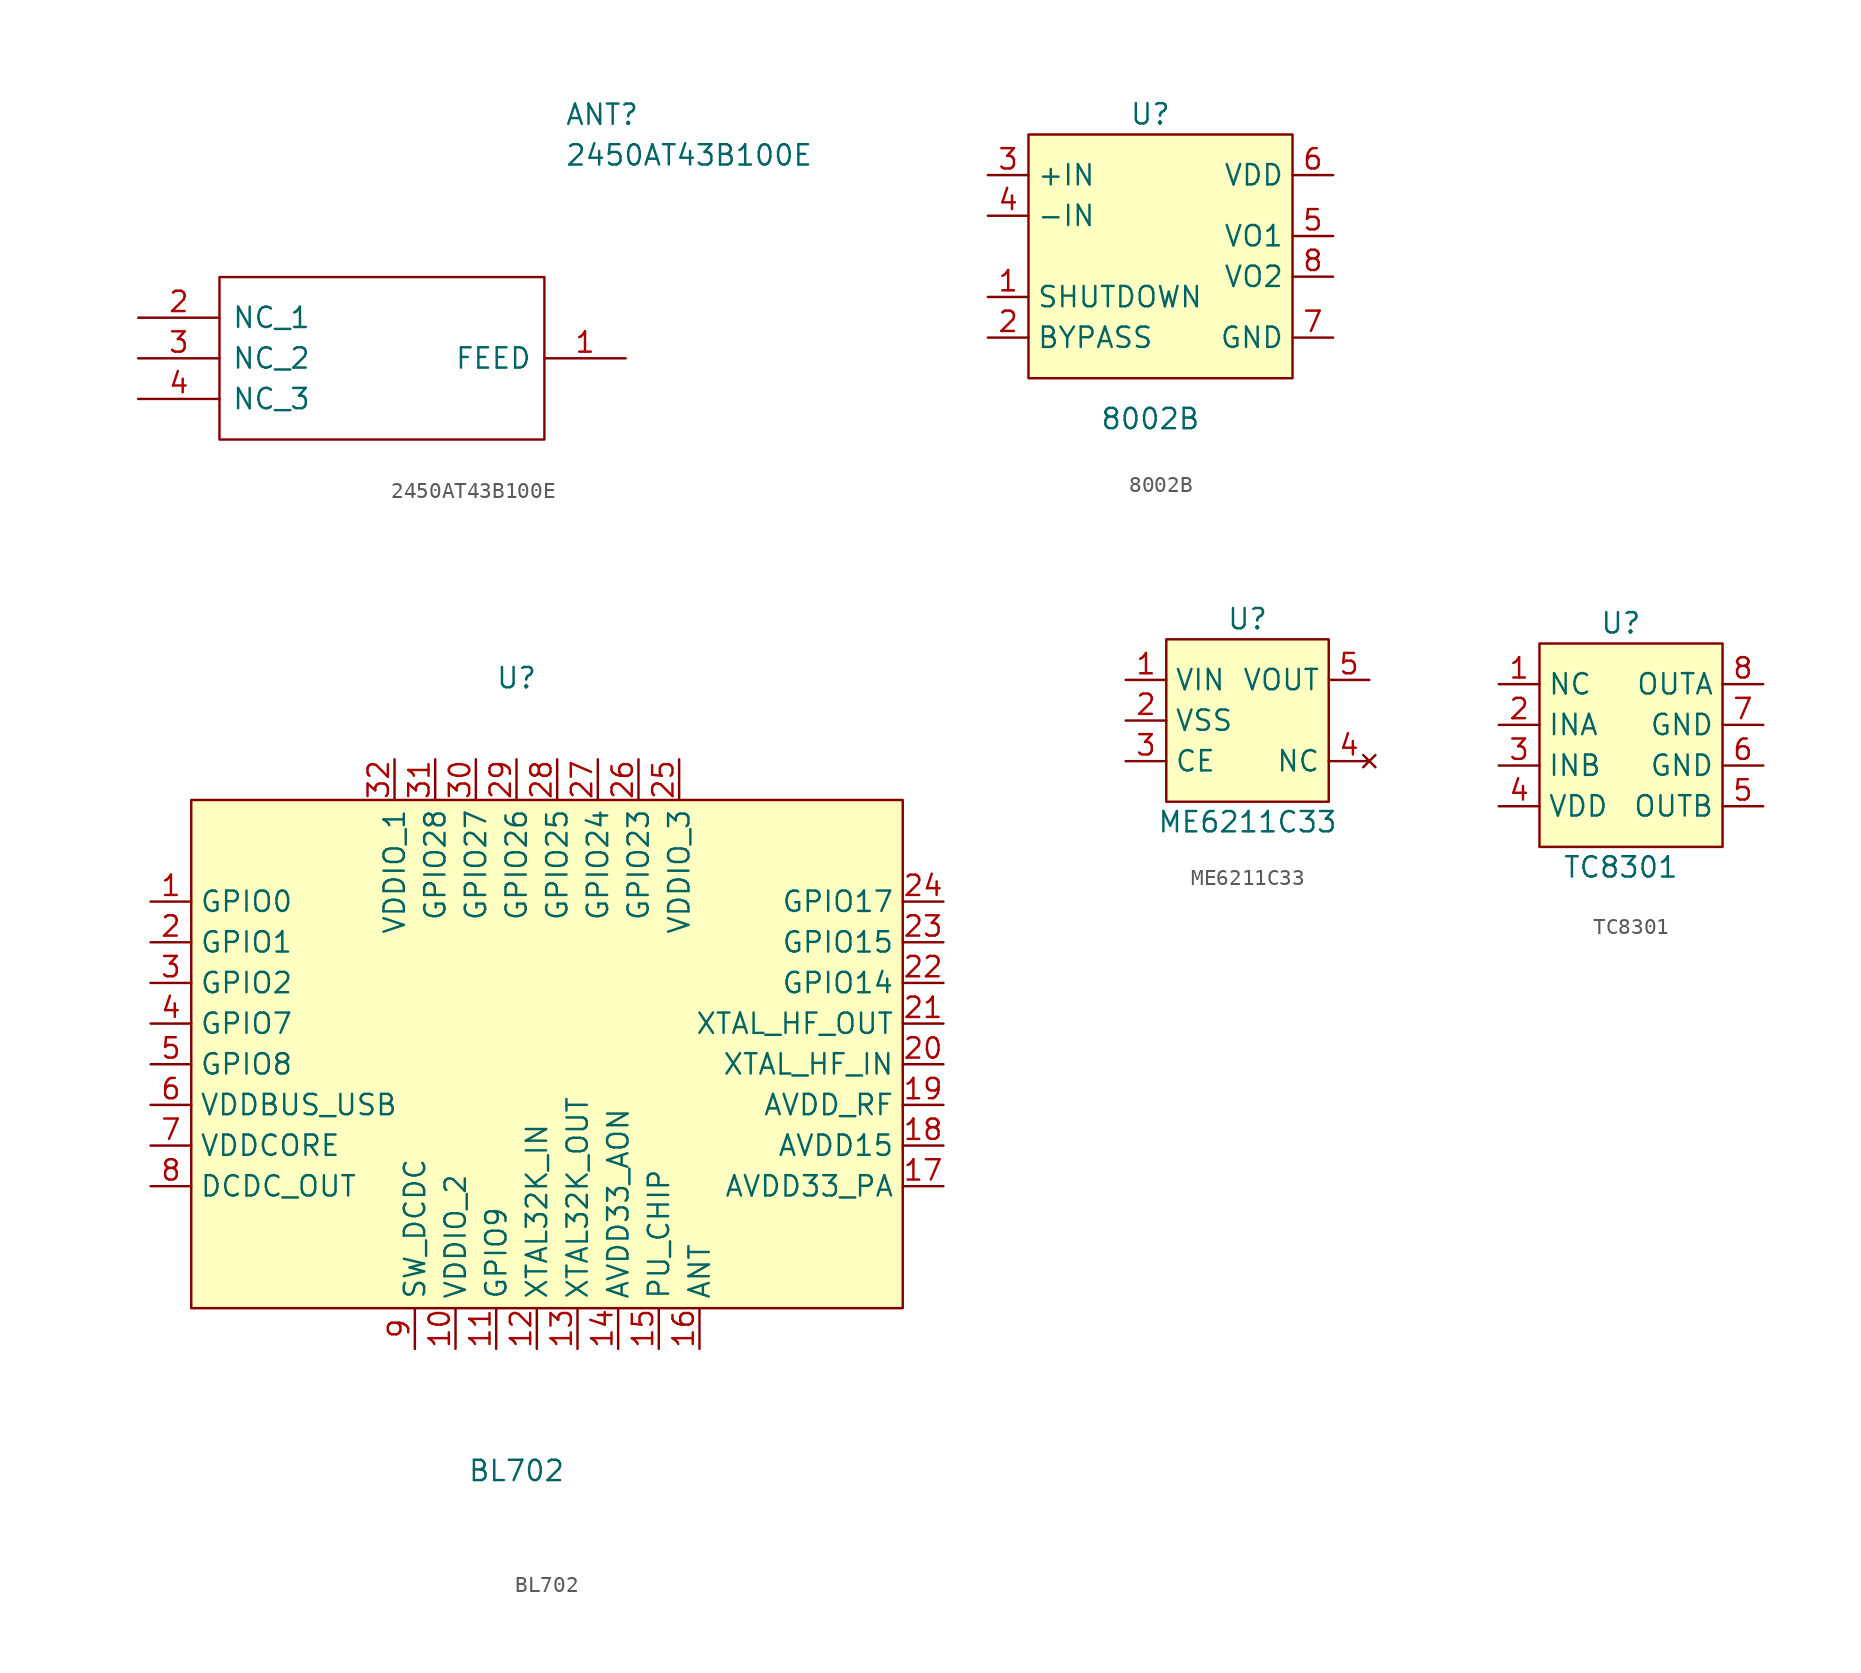
<source format=kicad_sym>
(kicad_symbol_lib
  (version 20220914)
  (generator kicad_symbol_editor)
  (symbol "2450AT43B100E"
    (pin_names
      (offset 0.762))
    (property "Reference" "ANT"
      (at 26.67 15.24 0)
      (effects (font (size 1.27 1.27)) (justify left)))
    (property "Value" "2450AT43B100E"
      (at 26.67 12.7 0)
      (effects (font (size 1.27 1.27)) (justify left)))
    (symbol "2450AT43B100E_0_0"
      (pin passive line (at 30.48 0 180) (length 5.08) (name "FEED" (effects (font (size 1.27 1.27)))) (number "1" (effects (font (size 1.27 1.27)))))
      (pin passive line (at 0 2.54 0) (length 5.08) (name "NC_1" (effects (font (size 1.27 1.27)))) (number "2" (effects (font (size 1.27 1.27)))))
      (pin passive line (at 0 0 0) (length 5.08) (name "NC_2" (effects (font (size 1.27 1.27)))) (number "3" (effects (font (size 1.27 1.27)))))
      (pin passive line (at 0 -2.54 0) (length 5.08) (name "NC_3" (effects (font (size 1.27 1.27)))) (number "4" (effects (font (size 1.27 1.27))))))
    (symbol "2450AT43B100E_0_1"
      (polyline (pts (xy 5.08 5.08) (xy 25.4 5.08) (xy 25.4 -5.08) (xy 5.08 -5.08) (xy 5.08 5.08)) (stroke (width 0.152) (type solid)) (fill (type none)))))
  (symbol "8002B"
    (property "Reference" "U"
      (at 0 7.62 0)
      (effects (font (size 1.27 1.27))))
    (property "Value" "8002B"
      (at 0 -11.43 0)
      (effects (font (size 1.27 1.27))))
    (symbol "8002B_0_1"
      (rectangle (start -7.62 6.35) (end 8.89 -8.89) (stroke (width 0) (type default)) (fill (type background))))
    (symbol "8002B_1_1"
      (pin passive line (at -10.16 -3.81 0) (length 2.54) (name "SHUTDOWN" (effects (font (size 1.27 1.27)))) (number "1" (effects (font (size 1.27 1.27)))))
      (pin passive line (at -10.16 -6.35 0) (length 2.54) (name "BYPASS" (effects (font (size 1.27 1.27)))) (number "2" (effects (font (size 1.27 1.27)))))
      (pin passive line (at -10.16 3.81 0) (length 2.54) (name "+IN" (effects (font (size 1.27 1.27)))) (number "3" (effects (font (size 1.27 1.27)))))
      (pin passive line (at -10.16 1.27 0) (length 2.54) (name "-IN" (effects (font (size 1.27 1.27)))) (number "4" (effects (font (size 1.27 1.27)))))
      (pin passive line (at 11.43 0 180) (length 2.54) (name "VO1" (effects (font (size 1.27 1.27)))) (number "5" (effects (font (size 1.27 1.27)))))
      (pin passive line (at 11.43 3.81 180) (length 2.54) (name "VDD" (effects (font (size 1.27 1.27)))) (number "6" (effects (font (size 1.27 1.27)))))
      (pin passive line (at 11.43 -6.35 180) (length 2.54) (name "GND" (effects (font (size 1.27 1.27)))) (number "7" (effects (font (size 1.27 1.27)))))
      (pin passive line (at 11.43 -2.54 180) (length 2.54) (name "VO2" (effects (font (size 1.27 1.27)))) (number "8" (effects (font (size 1.27 1.27)))))))
  (symbol "BL702"
    (property "Reference" "U"
      (at 0 24.13 0)
      (effects (font (size 1.27 1.27))))
    (property "Value" "BL702"
      (at 0 -25.4 0)
      (effects (font (size 1.27 1.27))))
    (symbol "BL702_0_1"
      (rectangle (start -20.32 16.51) (end 24.13 -15.24) (stroke (width 0) (type default)) (fill (type background))))
    (symbol "BL702_1_1"
      (pin bidirectional line (at -22.86 10.16 0) (length 2.54) (name "GPIO0" (effects (font (size 1.27 1.27)))) (number "1" (effects (font (size 1.27 1.27)))))
      (pin power_in line (at -3.81 -17.78 90) (length 2.54) (name "VDDIO_2" (effects (font (size 1.27 1.27)))) (number "10" (effects (font (size 1.27 1.27)))))
      (pin bidirectional line (at -1.27 -17.78 90) (length 2.54) (name "GPIO9" (effects (font (size 1.27 1.27)))) (number "11" (effects (font (size 1.27 1.27)))))
      (pin bidirectional line (at 1.27 -17.78 90) (length 2.54) (name "XTAL32K_IN" (effects (font (size 1.27 1.27)))) (number "12" (effects (font (size 1.27 1.27)))))
      (pin bidirectional line (at 3.81 -17.78 90) (length 2.54) (name "XTAL32K_OUT" (effects (font (size 1.27 1.27)))) (number "13" (effects (font (size 1.27 1.27)))))
      (pin power_out line (at 6.35 -17.78 90) (length 2.54) (name "AVDD33_AON" (effects (font (size 1.27 1.27)))) (number "14" (effects (font (size 1.27 1.27)))))
      (pin bidirectional line (at 8.89 -17.78 90) (length 2.54) (name "PU_CHIP" (effects (font (size 1.27 1.27)))) (number "15" (effects (font (size 1.27 1.27)))))
      (pin bidirectional line (at 11.43 -17.78 90) (length 2.54) (name "ANT" (effects (font (size 1.27 1.27)))) (number "16" (effects (font (size 1.27 1.27)))))
      (pin power_in line (at 26.67 -7.62 180) (length 2.54) (name "AVDD33_PA" (effects (font (size 1.27 1.27)))) (number "17" (effects (font (size 1.27 1.27)))))
      (pin power_in line (at 26.67 -5.08 180) (length 2.54) (name "AVDD15" (effects (font (size 1.27 1.27)))) (number "18" (effects (font (size 1.27 1.27)))))
      (pin power_in line (at 26.67 -2.54 180) (length 2.54) (name "AVDD_RF" (effects (font (size 1.27 1.27)))) (number "19" (effects (font (size 1.27 1.27)))))
      (pin bidirectional line (at -22.86 7.62 0) (length 2.54) (name "GPIO1" (effects (font (size 1.27 1.27)))) (number "2" (effects (font (size 1.27 1.27)))))
      (pin bidirectional line (at 26.67 0 180) (length 2.54) (name "XTAL_HF_IN" (effects (font (size 1.27 1.27)))) (number "20" (effects (font (size 1.27 1.27)))))
      (pin bidirectional line (at 26.67 2.54 180) (length 2.54) (name "XTAL_HF_OUT" (effects (font (size 1.27 1.27)))) (number "21" (effects (font (size 1.27 1.27)))))
      (pin bidirectional line (at 26.67 5.08 180) (length 2.54) (name "GPIO14" (effects (font (size 1.27 1.27)))) (number "22" (effects (font (size 1.27 1.27)))))
      (pin bidirectional line (at 26.67 7.62 180) (length 2.54) (name "GPIO15" (effects (font (size 1.27 1.27)))) (number "23" (effects (font (size 1.27 1.27)))))
      (pin bidirectional line (at 26.67 10.16 180) (length 2.54) (name "GPIO17" (effects (font (size 1.27 1.27)))) (number "24" (effects (font (size 1.27 1.27)))))
      (pin power_in line (at 10.16 19.05 270) (length 2.54) (name "VDDIO_3" (effects (font (size 1.27 1.27)))) (number "25" (effects (font (size 1.27 1.27)))))
      (pin bidirectional line (at 7.62 19.05 270) (length 2.54) (name "GPIO23" (effects (font (size 1.27 1.27)))) (number "26" (effects (font (size 1.27 1.27)))))
      (pin bidirectional line (at 5.08 19.05 270) (length 2.54) (name "GPIO24" (effects (font (size 1.27 1.27)))) (number "27" (effects (font (size 1.27 1.27)))))
      (pin bidirectional line (at 2.54 19.05 270) (length 2.54) (name "GPIO25" (effects (font (size 1.27 1.27)))) (number "28" (effects (font (size 1.27 1.27)))))
      (pin bidirectional line (at 0 19.05 270) (length 2.54) (name "GPIO26" (effects (font (size 1.27 1.27)))) (number "29" (effects (font (size 1.27 1.27)))))
      (pin bidirectional line (at -22.86 5.08 0) (length 2.54) (name "GPIO2" (effects (font (size 1.27 1.27)))) (number "3" (effects (font (size 1.27 1.27)))))
      (pin bidirectional line (at -2.54 19.05 270) (length 2.54) (name "GPIO27" (effects (font (size 1.27 1.27)))) (number "30" (effects (font (size 1.27 1.27)))))
      (pin bidirectional line (at -5.08 19.05 270) (length 2.54) (name "GPIO28" (effects (font (size 1.27 1.27)))) (number "31" (effects (font (size 1.27 1.27)))))
      (pin power_in line (at -7.62 19.05 270) (length 2.54) (name "VDDIO_1" (effects (font (size 1.27 1.27)))) (number "32" (effects (font (size 1.27 1.27)))))
      (pin bidirectional line (at -22.86 2.54 0) (length 2.54) (name "GPIO7" (effects (font (size 1.27 1.27)))) (number "4" (effects (font (size 1.27 1.27)))))
      (pin bidirectional line (at -22.86 0 0) (length 2.54) (name "GPIO8" (effects (font (size 1.27 1.27)))) (number "5" (effects (font (size 1.27 1.27)))))
      (pin power_in line (at -22.86 -2.54 0) (length 2.54) (name "VDDBUS_USB" (effects (font (size 1.27 1.27)))) (number "6" (effects (font (size 1.27 1.27)))))
      (pin power_in line (at -22.86 -5.08 0) (length 2.54) (name "VDDCORE" (effects (font (size 1.27 1.27)))) (number "7" (effects (font (size 1.27 1.27)))))
      (pin power_out line (at -22.86 -7.62 0) (length 2.54) (name "DCDC_OUT" (effects (font (size 1.27 1.27)))) (number "8" (effects (font (size 1.27 1.27)))))
      (pin power_in line (at -6.35 -17.78 90) (length 2.54) (name "SW_DCDC" (effects (font (size 1.27 1.27)))) (number "9" (effects (font (size 1.27 1.27)))))))
  (symbol "ME6211C33"
    (property "Reference" "U"
      (at 0 6.35 0)
      (effects (font (size 1.27 1.27))))
    (property "Value" "ME6211C33"
      (at 0 -6.35 0)
      (effects (font (size 1.27 1.27))))
    (symbol "ME6211C33_0_1"
      (rectangle (start -5.08 5.08) (end 5.08 -5.08) (stroke (width 0) (type default)) (fill (type background))))
    (symbol "ME6211C33_1_1"
      (pin power_in line (at -7.62 2.54 0) (length 2.54) (name "VIN" (effects (font (size 1.27 1.27)))) (number "1" (effects (font (size 1.27 1.27)))))
      (pin passive line (at -7.62 0 0) (length 2.54) (name "VSS" (effects (font (size 1.27 1.27)))) (number "2" (effects (font (size 1.27 1.27)))))
      (pin passive line (at -7.62 -2.54 0) (length 2.54) (name "CE" (effects (font (size 1.27 1.27)))) (number "3" (effects (font (size 1.27 1.27)))))
      (pin no_connect line (at 7.62 -2.54 180) (length 2.54) (name "NC" (effects (font (size 1.27 1.27)))) (number "4" (effects (font (size 1.27 1.27)))))
      (pin power_out line (at 7.62 2.54 180) (length 2.54) (name "VOUT" (effects (font (size 1.27 1.27)))) (number "5" (effects (font (size 1.27 1.27)))))))
  (symbol "TC8301"
    (property "Reference" "U"
      (at 0 6.35 0)
      (effects (font (size 1.27 1.27))))
    (property "Value" "TC8301"
      (at 0 -8.89 0)
      (effects (font (size 1.27 1.27))))
    (symbol "TC8301_0_1"
      (rectangle (start -5.08 5.08) (end 6.35 -7.62) (stroke (width 0) (type default)) (fill (type background))))
    (symbol "TC8301_1_1"
      (pin passive line (at -7.62 2.54 0) (length 2.54) (name "NC" (effects (font (size 1.27 1.27)))) (number "1" (effects (font (size 1.27 1.27)))))
      (pin passive line (at -7.62 0 0) (length 2.54) (name "INA" (effects (font (size 1.27 1.27)))) (number "2" (effects (font (size 1.27 1.27)))))
      (pin passive line (at -7.62 -2.54 0) (length 2.54) (name "INB" (effects (font (size 1.27 1.27)))) (number "3" (effects (font (size 1.27 1.27)))))
      (pin passive line (at -7.62 -5.08 0) (length 2.54) (name "VDD" (effects (font (size 1.27 1.27)))) (number "4" (effects (font (size 1.27 1.27)))))
      (pin passive line (at 8.89 -5.08 180) (length 2.54) (name "OUTB" (effects (font (size 1.27 1.27)))) (number "5" (effects (font (size 1.27 1.27)))))
      (pin passive line (at 8.89 -2.54 180) (length 2.54) (name "GND" (effects (font (size 1.27 1.27)))) (number "6" (effects (font (size 1.27 1.27)))))
      (pin passive line (at 8.89 0 180) (length 2.54) (name "GND" (effects (font (size 1.27 1.27)))) (number "7" (effects (font (size 1.27 1.27)))))
      (pin passive line (at 8.89 2.54 180) (length 2.54) (name "OUTA" (effects (font (size 1.27 1.27)))) (number "8" (effects (font (size 1.27 1.27))))))))
</source>
